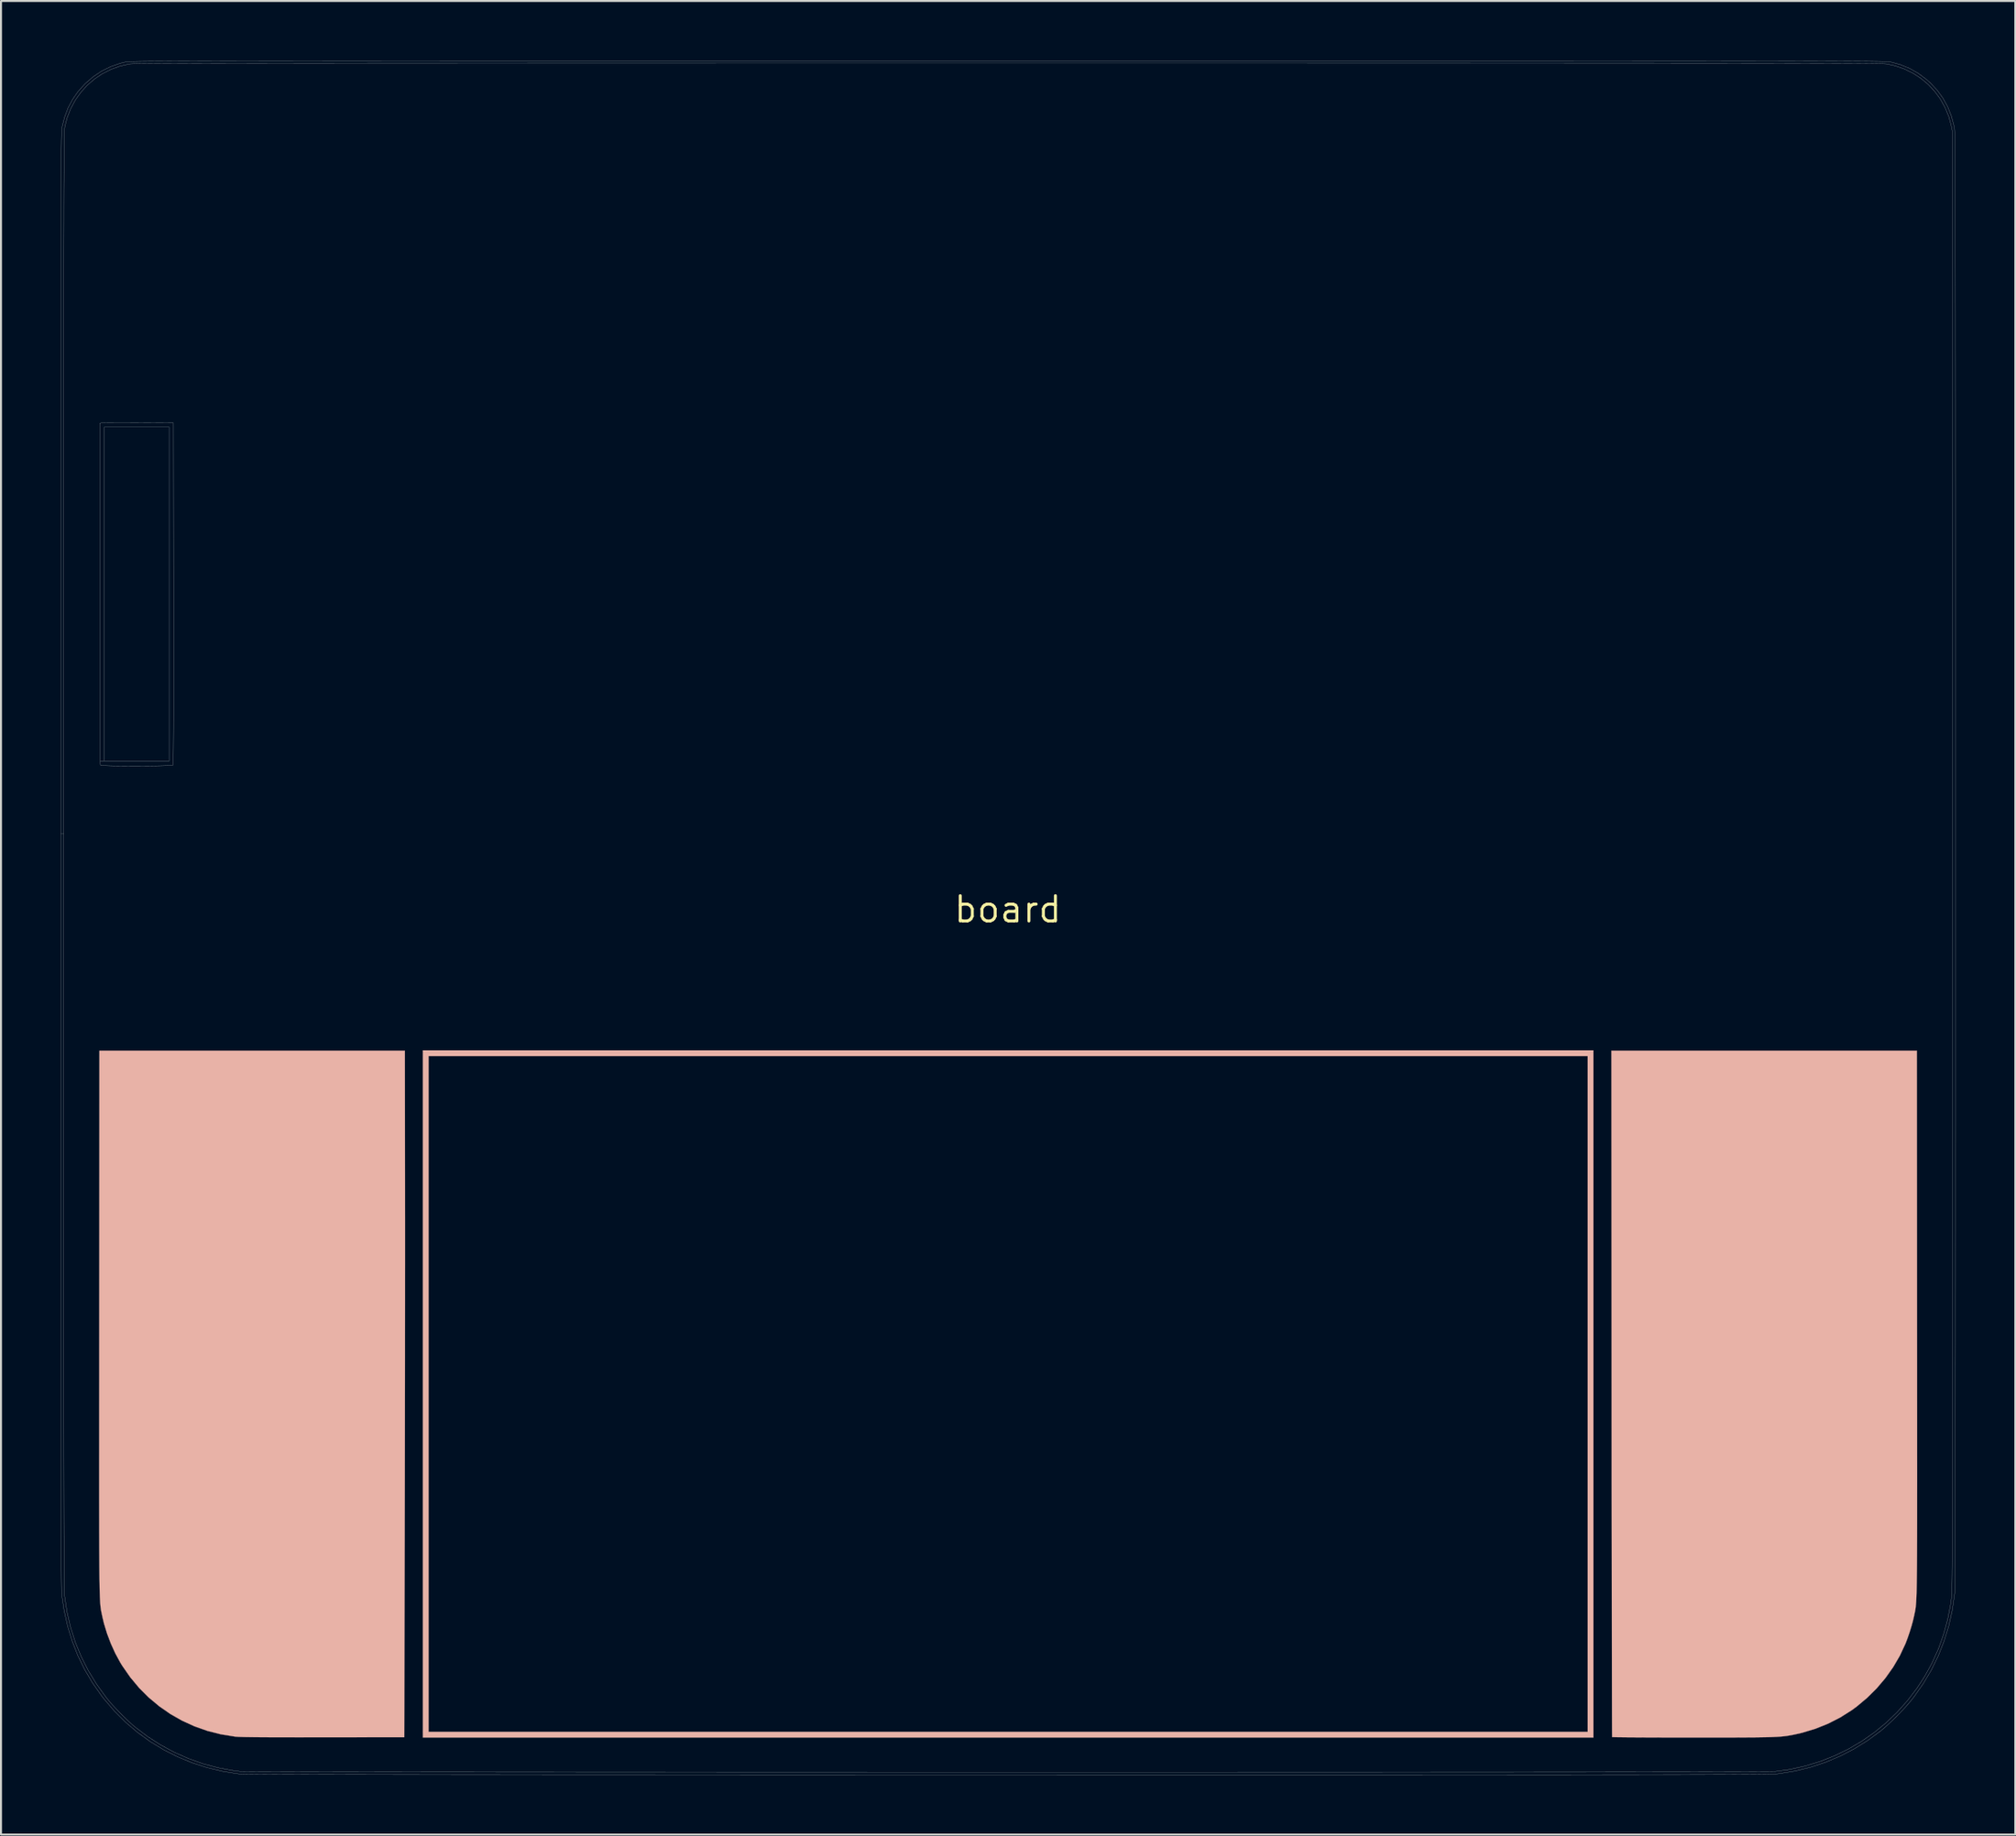
<source format=kicad_pcb>
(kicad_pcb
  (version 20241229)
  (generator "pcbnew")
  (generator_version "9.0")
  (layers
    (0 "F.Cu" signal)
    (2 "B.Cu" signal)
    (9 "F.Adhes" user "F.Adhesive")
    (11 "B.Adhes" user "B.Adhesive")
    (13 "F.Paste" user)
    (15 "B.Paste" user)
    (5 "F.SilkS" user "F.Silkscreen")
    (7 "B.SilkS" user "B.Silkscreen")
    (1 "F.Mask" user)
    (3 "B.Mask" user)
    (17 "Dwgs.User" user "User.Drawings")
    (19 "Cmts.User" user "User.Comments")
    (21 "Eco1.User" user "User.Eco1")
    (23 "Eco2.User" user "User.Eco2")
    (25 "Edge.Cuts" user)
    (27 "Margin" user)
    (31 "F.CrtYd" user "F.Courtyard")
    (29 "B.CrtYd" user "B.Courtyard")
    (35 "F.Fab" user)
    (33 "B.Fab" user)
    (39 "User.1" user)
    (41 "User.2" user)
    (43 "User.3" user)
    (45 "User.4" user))
  (footprint "board"
    (layer "F.Cu")
    (at 47.551 42.629)
    (property "Reference" "board" (at 0 0 0) (layer "F.SilkS") (effects (font (size 1.27 1.27) (thickness 0.15))))
    (attr through_hole)
    (fp_poly (pts (xy 29.401 41.593) (xy -29.369 41.593) (xy -29.369 7.366) (xy -29.083 7.366) (xy -29.083 41.307) (xy 29.115 41.307) (xy 29.115 7.366) (xy -29.083 7.366) (xy -29.369 7.366) (xy -29.369 7.08) (xy 29.401 7.08) (xy 29.401 41.593)) (stroke (width 0.01) (type solid)) (fill yes) (layer "B.SilkS"))
    (fp_poly (pts (xy -30.266 14.145) (xy -30.266 14.783) (xy -30.265 15.479) (xy -30.265 16.229) (xy -30.265 17.027) (xy -30.265 17.867) (xy -30.266 18.746) (xy -30.266 19.657) (xy -30.267 20.595) (xy -30.268 21.556) (xy -30.268 22.533) (xy -30.269 23.523) (xy -30.271 24.52) (xy -30.272 25.518) (xy -30.273 26.512) (xy -30.275 27.498) (xy -30.276 28.47) (xy -30.278 29.423) (xy -30.28 30.352) (xy -30.282 31.252) (xy -30.282 31.385) (xy -30.305 41.577) (xy -34.385 41.581) (xy -35.018 41.581) (xy -35.59 41.582) (xy -36.105 41.581) (xy -36.565 41.581) (xy -36.973 41.58) (xy -37.332 41.578) (xy -37.645 41.576) (xy -37.916 41.573) (xy -38.146 41.57) (xy -38.339 41.567) (xy -38.498 41.562) (xy -38.626 41.558) (xy -38.725 41.552) (xy -38.799 41.546) (xy -38.814 41.544) (xy -39.51 41.431) (xy -40.184 41.26) (xy -40.834 41.031) (xy -41.457 40.747) (xy -42.049 40.41) (xy -42.608 40.021) (xy -43.132 39.583) (xy -43.618 39.097) (xy -44.062 38.564) (xy -44.462 37.988) (xy -44.568 37.814) (xy -44.813 37.362) (xy -45.036 36.871) (xy -45.228 36.363) (xy -45.382 35.858) (xy -45.463 35.512) (xy -45.476 35.449) (xy -45.488 35.391) (xy -45.5 35.336) (xy -45.511 35.283) (xy -45.522 35.229) (xy -45.531 35.173) (xy -45.54 35.113) (xy -45.549 35.047) (xy -45.557 34.973) (xy -45.564 34.89) (xy -45.571 34.795) (xy -45.577 34.688) (xy -45.583 34.565) (xy -45.588 34.425) (xy -45.593 34.267) (xy -45.598 34.088) (xy -45.601 33.887) (xy -45.605 33.661) (xy -45.608 33.41) (xy -45.611 33.13) (xy -45.613 32.821) (xy -45.615 32.481) (xy -45.617 32.107) (xy -45.618 31.698) (xy -45.62 31.251) (xy -45.62 30.766) (xy -45.621 30.241) (xy -45.622 29.673) (xy -45.622 29.06) (xy -45.622 28.401) (xy -45.622 27.695) (xy -45.621 26.938) (xy -45.621 26.13) (xy -45.621 25.268) (xy -45.62 24.351) (xy -45.619 23.377) (xy -45.619 22.343) (xy -45.618 21.249) (xy -45.618 20.733) (xy -45.609 7.096) (xy -30.274 7.096) (xy -30.266 14.145)) (stroke (width 0.01) (type solid)) (fill yes) (layer "B.SilkS"))
    (fp_poly (pts (xy 45.649 20.733) (xy 45.65 21.855) (xy 45.651 22.916) (xy 45.651 23.916) (xy 45.652 24.859) (xy 45.653 25.746) (xy 45.653 26.578) (xy 45.653 27.358) (xy 45.654 28.087) (xy 45.654 28.767) (xy 45.653 29.401) (xy 45.653 29.989) (xy 45.653 30.533) (xy 45.652 31.037) (xy 45.651 31.5) (xy 45.649 31.926) (xy 45.648 32.315) (xy 45.646 32.671) (xy 45.644 32.994) (xy 45.641 33.286) (xy 45.638 33.55) (xy 45.635 33.787) (xy 45.631 33.999) (xy 45.627 34.188) (xy 45.622 34.356) (xy 45.617 34.504) (xy 45.612 34.634) (xy 45.606 34.748) (xy 45.599 34.849) (xy 45.592 34.937) (xy 45.584 35.014) (xy 45.576 35.084) (xy 45.567 35.146) (xy 45.558 35.204) (xy 45.548 35.258) (xy 45.537 35.312) (xy 45.525 35.366) (xy 45.513 35.422) (xy 45.501 35.483) (xy 45.494 35.512) (xy 45.44 35.744) (xy 45.366 36.013) (xy 45.277 36.299) (xy 45.18 36.582) (xy 45.083 36.841) (xy 45.061 36.894) (xy 44.783 37.488) (xy 44.447 38.062) (xy 44.059 38.609) (xy 43.622 39.124) (xy 43.141 39.601) (xy 42.621 40.036) (xy 42.355 40.231) (xy 41.788 40.588) (xy 41.186 40.895) (xy 40.552 41.15) (xy 39.894 41.35) (xy 39.516 41.437) (xy 39.408 41.459) (xy 39.306 41.478) (xy 39.206 41.496) (xy 39.105 41.512) (xy 38.998 41.525) (xy 38.882 41.538) (xy 38.753 41.548) (xy 38.608 41.557) (xy 38.443 41.565) (xy 38.255 41.572) (xy 38.039 41.577) (xy 37.792 41.581) (xy 37.51 41.585) (xy 37.189 41.587) (xy 36.827 41.589) (xy 36.418 41.591) (xy 35.961 41.591) (xy 35.45 41.592) (xy 34.882 41.592) (xy 34.379 41.592) (xy 33.879 41.592) (xy 33.397 41.591) (xy 32.936 41.591) (xy 32.5 41.589) (xy 32.093 41.588) (xy 31.719 41.586) (xy 31.382 41.584) (xy 31.085 41.582) (xy 30.833 41.579) (xy 30.629 41.577) (xy 30.476 41.574) (xy 30.379 41.571) (xy 30.342 41.568) (xy 30.341 41.567) (xy 30.34 41.534) (xy 30.339 41.44) (xy 30.338 41.285) (xy 30.337 41.073) (xy 30.336 40.804) (xy 30.335 40.481) (xy 30.334 40.105) (xy 30.333 39.679) (xy 30.332 39.204) (xy 30.331 38.682) (xy 30.33 38.114) (xy 30.329 37.504) (xy 30.328 36.851) (xy 30.327 36.159) (xy 30.326 35.429) (xy 30.325 34.663) (xy 30.324 33.863) (xy 30.323 33.03) (xy 30.322 32.167) (xy 30.321 31.275) (xy 30.32 30.356) (xy 30.319 29.412) (xy 30.318 28.445) (xy 30.318 27.456) (xy 30.317 26.447) (xy 30.316 25.421) (xy 30.316 24.379) (xy 30.316 24.319) (xy 30.305 7.096) (xy 45.641 7.096) (xy 45.649 20.733)) (stroke (width 0.01) (type solid)) (fill yes) (layer "B.SilkS"))
    (fp_poly (pts (xy -44.213 -24.442) (xy -43.892 -24.441) (xy -43.672 -24.44) (xy -41.894 -24.432) (xy -41.886 -15.862) (xy -41.885 -14.925) (xy -41.885 -14.049) (xy -41.884 -13.234) (xy -41.884 -12.479) (xy -41.884 -11.781) (xy -41.885 -11.139) (xy -41.885 -10.552) (xy -41.886 -10.018) (xy -41.887 -9.536) (xy -41.888 -9.105) (xy -41.89 -8.723) (xy -41.892 -8.389) (xy -41.894 -8.1) (xy -41.896 -7.856) (xy -41.899 -7.656) (xy -41.901 -7.497) (xy -41.905 -7.379) (xy -41.908 -7.3) (xy -41.912 -7.258) (xy -41.914 -7.25) (xy -41.953 -7.241) (xy -42.048 -7.233) (xy -42.193 -7.225) (xy -42.38 -7.219) (xy -42.603 -7.214) (xy -42.854 -7.21) (xy -43.127 -7.206) (xy -43.414 -7.204) (xy -43.71 -7.203) (xy -44.005 -7.203) (xy -44.294 -7.205) (xy -44.57 -7.207) (xy -44.826 -7.21) (xy -45.054 -7.215) (xy -45.248 -7.22) (xy -45.4 -7.227) (xy -45.504 -7.235) (xy -45.553 -7.244) (xy -45.555 -7.245) (xy -45.559 -7.263) (xy -45.563 -7.309) (xy -45.566 -7.384) (xy -45.57 -7.491) (xy -45.573 -7.631) (xy -45.575 -7.806) (xy -45.578 -8.018) (xy -45.58 -8.269) (xy -45.582 -8.56) (xy -45.584 -8.894) (xy -45.586 -9.271) (xy -45.587 -9.694) (xy -45.589 -10.165) (xy -45.59 -10.684) (xy -45.591 -11.255) (xy -45.591 -11.879) (xy -45.592 -12.558) (xy -45.592 -13.292) (xy -45.593 -14.085) (xy -45.593 -14.938) (xy -45.593 -15.849) (xy -45.593 -24.225) (xy -45.371 -24.225) (xy -45.371 -7.461) (xy -42.1 -7.461) (xy -42.1 -24.225) (xy -45.371 -24.225) (xy -45.593 -24.225) (xy -45.593 -24.415) (xy -45.522 -24.432) (xy -45.477 -24.435) (xy -45.375 -24.438) (xy -45.222 -24.44) (xy -45.023 -24.441) (xy -44.785 -24.442) (xy -44.512 -24.442) (xy -44.213 -24.442)) (stroke (width 0.01) (type solid)) (fill no) (layer "Dwgs.User"))
    (fp_poly (pts (xy 2.034 -42.624) (xy 3.99 -42.624) (xy 5.884 -42.624) (xy 7.717 -42.624) (xy 9.491 -42.624) (xy 11.207 -42.624) (xy 12.865 -42.624) (xy 14.466 -42.624) (xy 16.012 -42.624) (xy 17.503 -42.624) (xy 18.94 -42.624) (xy 20.325 -42.624) (xy 21.658 -42.624) (xy 22.941 -42.623) (xy 24.174 -42.623) (xy 25.358 -42.623) (xy 26.495 -42.623) (xy 27.585 -42.623) (xy 28.629 -42.622) (xy 29.628 -42.622) (xy 30.584 -42.622) (xy 31.497 -42.621) (xy 32.368 -42.621) (xy 33.199 -42.62) (xy 33.989 -42.62) (xy 34.741 -42.62) (xy 35.455 -42.619) (xy 36.133 -42.618) (xy 36.774 -42.618) (xy 37.381 -42.617) (xy 37.954 -42.616) (xy 38.494 -42.616) (xy 39.002 -42.615) (xy 39.479 -42.614) (xy 39.927 -42.613) (xy 40.345 -42.612) (xy 40.736 -42.611) (xy 41.099 -42.61) (xy 41.437 -42.609) (xy 41.75 -42.608) (xy 42.039 -42.607) (xy 42.304 -42.606) (xy 42.548 -42.604) (xy 42.771 -42.603) (xy 42.974 -42.602) (xy 43.158 -42.6) (xy 43.324 -42.599) (xy 43.473 -42.597) (xy 43.605 -42.595) (xy 43.723 -42.594) (xy 43.827 -42.592) (xy 43.917 -42.59) (xy 43.996 -42.588) (xy 44.063 -42.586) (xy 44.12 -42.584) (xy 44.168 -42.582) (xy 44.208 -42.579) (xy 44.241 -42.577) (xy 44.268 -42.575) (xy 44.29 -42.572) (xy 44.307 -42.57) (xy 44.321 -42.567) (xy 44.323 -42.567) (xy 44.82 -42.43) (xy 45.283 -42.24) (xy 45.716 -41.994) (xy 46.12 -41.692) (xy 46.341 -41.492) (xy 46.676 -41.13) (xy 46.957 -40.741) (xy 47.186 -40.321) (xy 47.368 -39.864) (xy 47.503 -39.366) (xy 47.52 -39.289) (xy 47.522 -39.274) (xy 47.525 -39.255) (xy 47.528 -39.232) (xy 47.531 -39.204) (xy 47.533 -39.169) (xy 47.536 -39.128) (xy 47.538 -39.077) (xy 47.54 -39.017) (xy 47.542 -38.947) (xy 47.544 -38.864) (xy 47.546 -38.769) (xy 47.548 -38.66) (xy 47.55 -38.536) (xy 47.552 -38.396) (xy 47.554 -38.238) (xy 47.555 -38.063) (xy 47.557 -37.867) (xy 47.558 -37.652) (xy 47.56 -37.415) (xy 47.561 -37.155) (xy 47.562 -36.872) (xy 47.563 -36.563) (xy 47.564 -36.229) (xy 47.565 -35.868) (xy 47.566 -35.479) (xy 47.567 -35.06) (xy 47.568 -34.612) (xy 47.569 -34.132) (xy 47.57 -33.619) (xy 47.571 -33.074) (xy 47.571 -32.493) (xy 47.572 -31.877) (xy 47.573 -31.224) (xy 47.573 -30.533) (xy 47.574 -29.803) (xy 47.574 -29.034) (xy 47.574 -28.223) (xy 47.575 -27.369) (xy 47.575 -26.473) (xy 47.576 -25.532) (xy 47.576 -24.546) (xy 47.576 -23.513) (xy 47.576 -22.432) (xy 47.577 -21.303) (xy 47.577 -20.124) (xy 47.577 -18.894) (xy 47.577 -17.612) (xy 47.577 -16.277) (xy 47.577 -14.887) (xy 47.577 -13.443) (xy 47.577 -11.942) (xy 47.577 -10.383) (xy 47.577 -8.766) (xy 47.577 -7.09) (xy 47.577 -5.353) (xy 47.577 -3.553) (xy 47.577 -2.508) (xy 47.577 -0.627) (xy 47.577 1.191) (xy 47.577 2.948) (xy 47.577 4.644) (xy 47.577 6.281) (xy 47.577 7.859) (xy 47.577 9.379) (xy 47.577 10.843) (xy 47.576 12.252) (xy 47.576 13.606) (xy 47.576 14.906) (xy 47.576 16.154) (xy 47.575 17.35) (xy 47.575 18.495) (xy 47.574 19.591) (xy 47.574 20.638) (xy 47.574 21.638) (xy 47.573 22.591) (xy 47.572 23.498) (xy 47.572 24.36) (xy 47.571 25.179) (xy 47.571 25.955) (xy 47.57 26.69) (xy 47.569 27.384) (xy 47.568 28.038) (xy 47.567 28.653) (xy 47.566 29.231) (xy 47.565 29.771) (xy 47.564 30.277) (xy 47.563 30.747) (xy 47.562 31.183) (xy 47.561 31.587) (xy 47.56 31.959) (xy 47.558 32.3) (xy 47.557 32.612) (xy 47.556 32.894) (xy 47.554 33.149) (xy 47.553 33.377) (xy 47.551 33.579) (xy 47.549 33.756) (xy 47.548 33.909) (xy 47.546 34.04) (xy 47.544 34.148) (xy 47.542 34.236) (xy 47.54 34.304) (xy 47.538 34.352) (xy 47.536 34.383) (xy 47.535 34.385) (xy 47.419 35.196) (xy 47.243 35.985) (xy 47.009 36.75) (xy 46.717 37.49) (xy 46.368 38.203) (xy 45.961 38.89) (xy 45.498 39.548) (xy 45.351 39.735) (xy 45.163 39.959) (xy 44.937 40.207) (xy 44.688 40.465) (xy 44.429 40.721) (xy 44.174 40.96) (xy 43.937 41.168) (xy 43.831 41.256) (xy 43.182 41.735) (xy 42.504 42.158) (xy 41.798 42.524) (xy 41.067 42.833) (xy 40.313 43.083) (xy 39.537 43.274) (xy 38.743 43.404) (xy 38.64 43.417) (xy 38.614 43.419) (xy 38.58 43.421) (xy 38.536 43.424) (xy 38.482 43.426) (xy 38.416 43.428) (xy 38.337 43.43) (xy 38.244 43.432) (xy 38.137 43.434) (xy 38.014 43.436) (xy 37.873 43.437) (xy 37.715 43.439) (xy 37.537 43.441) (xy 37.34 43.442) (xy 37.121 43.444) (xy 36.881 43.445) (xy 36.617 43.446) (xy 36.328 43.448) (xy 36.015 43.449) (xy 35.675 43.45) (xy 35.307 43.451) (xy 34.912 43.452) (xy 34.486 43.453) (xy 34.03 43.454) (xy 33.543 43.455) (xy 33.023 43.456) (xy 32.469 43.457) (xy 31.881 43.457) (xy 31.257 43.458) (xy 30.596 43.459) (xy 29.897 43.459) (xy 29.159 43.46) (xy 28.381 43.46) (xy 27.563 43.461) (xy 26.702 43.461) (xy 25.798 43.461) (xy 24.85 43.462) (xy 23.857 43.462) (xy 22.818 43.462) (xy 21.731 43.462) (xy 20.596 43.463) (xy 19.412 43.463) (xy 18.177 43.463) (xy 16.891 43.463) (xy 15.552 43.463) (xy 14.16 43.463) (xy 12.713 43.463) (xy 11.211 43.463) (xy 9.652 43.463) (xy 8.035 43.463) (xy 6.359 43.463) (xy 4.624 43.463) (xy 2.828 43.463) (xy 0.969 43.462) (xy -0.032 43.462) (xy -1.944 43.462) (xy -3.794 43.462) (xy -5.583 43.462) (xy -7.311 43.462) (xy -8.979 43.461) (xy -10.589 43.461) (xy -12.141 43.461) (xy -13.637 43.46) (xy -15.078 43.46) (xy -16.463 43.46) (xy -17.796 43.459) (xy -19.075 43.459) (xy -20.304 43.459) (xy -21.482 43.458) (xy -22.61 43.458) (xy -23.689 43.457) (xy -24.722 43.457) (xy -25.707 43.456) (xy -26.647 43.456) (xy -27.543 43.455) (xy -28.395 43.454) (xy -29.204 43.454) (xy -29.972 43.453) (xy -30.699 43.452) (xy -31.387 43.451) (xy -32.036 43.451) (xy -32.648 43.45) (xy -33.223 43.449) (xy -33.762 43.448) (xy -34.267 43.447) (xy -34.739 43.446) (xy -35.177 43.445) (xy -35.585 43.443) (xy -35.961 43.442) (xy -36.308 43.441) (xy -36.627 43.44) (xy -36.918 43.438) (xy -37.182 43.437) (xy -37.421 43.435) (xy -37.635 43.434) (xy -37.825 43.432) (xy -37.993 43.43) (xy -38.14 43.429) (xy -38.265 43.427) (xy -38.371 43.425) (xy -38.459 43.423) (xy -38.529 43.421) (xy -38.582 43.419) (xy -38.62 43.417) (xy -38.64 43.415) (xy -39.436 43.289) (xy -40.211 43.103) (xy -40.964 42.859) (xy -41.691 42.559) (xy -42.39 42.205) (xy -43.059 41.797) (xy -43.694 41.338) (xy -44.293 40.828) (xy -44.854 40.269) (xy -45.373 39.663) (xy -45.526 39.465) (xy -45.973 38.823) (xy -46.364 38.156) (xy -46.7 37.464) (xy -46.981 36.743) (xy -47.208 35.991) (xy -47.383 35.206) (xy -47.505 34.401) (xy -47.507 34.373) (xy -47.509 34.326) (xy -47.511 34.259) (xy -47.513 34.17) (xy -47.514 34.058) (xy -47.516 33.924) (xy -47.518 33.765) (xy -47.52 33.581) (xy -47.521 33.37) (xy -47.523 33.133) (xy -47.524 32.867) (xy -47.526 32.572) (xy -47.527 32.247) (xy -47.528 31.891) (xy -47.529 31.503) (xy -47.531 31.082) (xy -47.532 30.627) (xy -47.533 30.137) (xy -47.534 29.611) (xy -47.535 29.048) (xy -47.536 28.447) (xy -47.537 27.807) (xy -47.537 27.128) (xy -47.538 26.408) (xy -47.539 25.646) (xy -47.54 24.841) (xy -47.54 23.993) (xy -47.541 23.099) (xy -47.541 22.161) (xy -47.542 21.175) (xy -47.542 20.142) (xy -47.543 19.061) (xy -47.543 17.93) (xy -47.544 16.748) (xy -47.544 15.515) (xy -47.544 14.23) (xy -47.545 12.891) (xy -47.545 11.498) (xy -47.545 10.049) (xy -47.545 8.544) (xy -47.545 6.982) (xy -47.545 5.362) (xy -47.545 3.682) (xy -47.546 1.942) (xy -47.546 0.141) (xy -47.546 -1.722) (xy -47.546 -2.477) (xy -47.546 -4.312) (xy -47.546 -5.591) (xy -47.403 -5.591) (xy -47.403 -3.801) (xy -47.403 -2.472) (xy -47.403 -0.624) (xy -47.403 1.161) (xy -47.403 2.884) (xy -47.403 4.547) (xy -47.403 6.151) (xy -47.402 7.697) (xy -47.402 9.186) (xy -47.402 10.619) (xy -47.402 11.997) (xy -47.402 13.321) (xy -47.402 14.592) (xy -47.402 15.812) (xy -47.401 16.981) (xy -47.401 18.1) (xy -47.401 19.171) (xy -47.4 20.194) (xy -47.4 21.171) (xy -47.4 22.103) (xy -47.399 22.991) (xy -47.399 23.835) (xy -47.398 24.638) (xy -47.398 25.399) (xy -47.397 26.121) (xy -47.396 26.803) (xy -47.396 27.448) (xy -47.395 28.056) (xy -47.394 28.629) (xy -47.393 29.167) (xy -47.392 29.672) (xy -47.391 30.144) (xy -47.39 30.584) (xy -47.389 30.995) (xy -47.388 31.376) (xy -47.387 31.729) (xy -47.386 32.056) (xy -47.385 32.356) (xy -47.383 32.631) (xy -47.382 32.882) (xy -47.38 33.111) (xy -47.379 33.318) (xy -47.377 33.504) (xy -47.375 33.671) (xy -47.374 33.819) (xy -47.372 33.95) (xy -47.37 34.065) (xy -47.368 34.164) (xy -47.366 34.249) (xy -47.364 34.321) (xy -47.362 34.381) (xy -47.359 34.43) (xy -47.357 34.469) (xy -47.355 34.499) (xy -47.353 34.512) (xy -47.231 35.307) (xy -47.051 36.077) (xy -46.813 36.821) (xy -46.516 37.543) (xy -46.161 38.242) (xy -45.745 38.92) (xy -45.269 39.579) (xy -45.183 39.687) (xy -45.034 39.865) (xy -44.848 40.07) (xy -44.639 40.29) (xy -44.42 40.512) (xy -44.203 40.723) (xy -44 40.91) (xy -43.847 41.042) (xy -43.214 41.526) (xy -42.549 41.956) (xy -41.855 42.331) (xy -41.136 42.65) (xy -40.396 42.912) (xy -39.638 43.114) (xy -38.865 43.256) (xy -38.481 43.303) (xy -38.435 43.304) (xy -38.328 43.306) (xy -38.16 43.307) (xy -37.932 43.308) (xy -37.648 43.31) (xy -37.307 43.311) (xy -36.912 43.312) (xy -36.464 43.313) (xy -35.964 43.314) (xy -35.415 43.316) (xy -34.816 43.317) (xy -34.171 43.318) (xy -33.481 43.319) (xy -32.746 43.32) (xy -31.969 43.321) (xy -31.151 43.322) (xy -30.294 43.323) (xy -29.398 43.324) (xy -28.466 43.324) (xy -27.499 43.325) (xy -26.499 43.326) (xy -25.467 43.327) (xy -24.404 43.328) (xy -23.312 43.328) (xy -22.193 43.329) (xy -21.047 43.33) (xy -19.878 43.33) (xy -18.685 43.331) (xy -17.471 43.331) (xy -16.237 43.332) (xy -14.984 43.332) (xy -13.715 43.333) (xy -12.43 43.333) (xy -11.131 43.333) (xy -9.819 43.334) (xy -8.497 43.334) (xy -7.165 43.334) (xy -5.825 43.335) (xy -4.479 43.335) (xy -3.128 43.335) (xy -1.773 43.335) (xy -0.417 43.335) (xy 0.94 43.335) (xy 2.296 43.335) (xy 3.649 43.335) (xy 4.999 43.335) (xy 6.343 43.335) (xy 7.679 43.335) (xy 9.007 43.335) (xy 10.326 43.335) (xy 11.632 43.334) (xy 12.926 43.334) (xy 14.204 43.334) (xy 15.467 43.333) (xy 16.713 43.333) (xy 17.939 43.333) (xy 19.144 43.332) (xy 20.328 43.332) (xy 21.488 43.331) (xy 22.623 43.331) (xy 23.731 43.33) (xy 24.811 43.33) (xy 25.862 43.329) (xy 26.882 43.328) (xy 27.869 43.328) (xy 28.822 43.327) (xy 29.739 43.326) (xy 30.619 43.325) (xy 31.461 43.324) (xy 32.262 43.323) (xy 33.022 43.322) (xy 33.739 43.322) (xy 34.412 43.321) (xy 35.038 43.319) (xy 35.616 43.318) (xy 36.146 43.317) (xy 36.625 43.316) (xy 37.052 43.315) (xy 37.425 43.314) (xy 37.743 43.312) (xy 38.004 43.311) (xy 38.208 43.31) (xy 38.352 43.308) (xy 38.434 43.307) (xy 38.454 43.306) (xy 39.244 43.197) (xy 40.015 43.028) (xy 40.765 42.801) (xy 41.49 42.517) (xy 42.188 42.179) (xy 42.856 41.789) (xy 43.491 41.347) (xy 44.092 40.855) (xy 44.654 40.316) (xy 45.176 39.731) (xy 45.655 39.101) (xy 46.038 38.513) (xy 46.407 37.84) (xy 46.724 37.134) (xy 46.985 36.4) (xy 47.19 35.643) (xy 47.338 34.867) (xy 47.385 34.512) (xy 47.387 34.486) (xy 47.39 34.452) (xy 47.392 34.409) (xy 47.394 34.355) (xy 47.397 34.29) (xy 47.399 34.212) (xy 47.401 34.121) (xy 47.403 34.015) (xy 47.404 33.893) (xy 47.406 33.755) (xy 47.408 33.599) (xy 47.41 33.423) (xy 47.411 33.228) (xy 47.413 33.011) (xy 47.414 32.773) (xy 47.416 32.511) (xy 47.417 32.224) (xy 47.418 31.913) (xy 47.419 31.575) (xy 47.42 31.209) (xy 47.422 30.815) (xy 47.423 30.391) (xy 47.424 29.936) (xy 47.424 29.45) (xy 47.425 28.93) (xy 47.426 28.377) (xy 47.427 27.788) (xy 47.428 27.164) (xy 47.428 26.502) (xy 47.429 25.802) (xy 47.43 25.063) (xy 47.43 24.283) (xy 47.431 23.462) (xy 47.431 22.599) (xy 47.431 21.691) (xy 47.432 20.739) (xy 47.432 19.742) (xy 47.433 18.697) (xy 47.433 17.605) (xy 47.433 16.463) (xy 47.433 15.272) (xy 47.434 14.029) (xy 47.434 12.734) (xy 47.434 11.386) (xy 47.434 9.984) (xy 47.434 8.526) (xy 47.434 7.012) (xy 47.434 5.44) (xy 47.434 3.81) (xy 47.434 2.12) (xy 47.434 0.369) (xy 47.434 -1.444) (xy 47.434 -2.472) (xy 47.434 -39.027) (xy 47.37 -39.343) (xy 47.241 -39.824) (xy 47.056 -40.277) (xy 46.821 -40.699) (xy 46.538 -41.087) (xy 46.212 -41.435) (xy 45.845 -41.742) (xy 45.443 -42.003) (xy 45.008 -42.215) (xy 44.545 -42.374) (xy 44.122 -42.466) (xy 44.103 -42.468) (xy 44.075 -42.47) (xy 44.034 -42.472) (xy 43.982 -42.474) (xy 43.916 -42.476) (xy 43.835 -42.478) (xy 43.74 -42.48) (xy 43.629 -42.481) (xy 43.5 -42.483) (xy 43.353 -42.485) (xy 43.187 -42.486) (xy 43.002 -42.488) (xy 42.795 -42.489) (xy 42.566 -42.491) (xy 42.315 -42.492) (xy 42.039 -42.493) (xy 41.739 -42.495) (xy 41.413 -42.496) (xy 41.06 -42.497) (xy 40.679 -42.498) (xy 40.27 -42.499) (xy 39.831 -42.5) (xy 39.362 -42.501) (xy 38.861 -42.502) (xy 38.327 -42.503) (xy 37.76 -42.503) (xy 37.159 -42.504) (xy 36.522 -42.505) (xy 35.848 -42.506) (xy 35.138 -42.506) (xy 34.389 -42.507) (xy 33.601 -42.507) (xy 32.772 -42.508) (xy 31.903 -42.509) (xy 30.991 -42.509) (xy 30.036 -42.509) (xy 29.037 -42.51) (xy 27.993 -42.51) (xy 26.904 -42.511) (xy 25.767 -42.511) (xy 24.582 -42.511) (xy 23.348 -42.511) (xy 22.065 -42.512) (xy 20.73 -42.512) (xy 19.344 -42.512) (xy 17.905 -42.512) (xy 16.413 -42.512) (xy 14.866 -42.513) (xy 13.263 -42.513) (xy 11.603 -42.513) (xy 9.886 -42.513) (xy 8.111 -42.513) (xy 6.276 -42.513) (xy 4.381 -42.513) (xy 2.424 -42.513) (xy 0.405 -42.513) (xy 0.016 -42.513) (xy -2.01 -42.513) (xy -3.973 -42.513) (xy -5.875 -42.513) (xy -7.716 -42.513) (xy -9.498 -42.513) (xy -11.221 -42.513) (xy -12.886 -42.513) (xy -14.495 -42.513) (xy -16.048 -42.512) (xy -17.546 -42.512) (xy -18.99 -42.512) (xy -20.381 -42.512) (xy -21.721 -42.512) (xy -23.01 -42.512) (xy -24.249 -42.511) (xy -25.439 -42.511) (xy -26.581 -42.511) (xy -27.676 -42.51) (xy -28.725 -42.51) (xy -29.729 -42.51) (xy -30.689 -42.509) (xy -31.606 -42.509) (xy -32.48 -42.508) (xy -33.314 -42.508) (xy -34.107 -42.507) (xy -34.861 -42.507) (xy -35.577 -42.506) (xy -36.256 -42.505) (xy -36.899 -42.505) (xy -37.506 -42.504) (xy -38.078 -42.503) (xy -38.618 -42.502) (xy -39.125 -42.502) (xy -39.6 -42.501) (xy -40.045 -42.5) (xy -40.461 -42.499) (xy -40.848 -42.498) (xy -41.207 -42.496) (xy -41.54 -42.495) (xy -41.847 -42.494) (xy -42.13 -42.493) (xy -42.389 -42.492) (xy -42.625 -42.49) (xy -42.84 -42.489) (xy -43.034 -42.487) (xy -43.208 -42.486) (xy -43.363 -42.484) (xy -43.501 -42.483) (xy -43.621 -42.481) (xy -43.726 -42.479) (xy -43.816 -42.477) (xy -43.892 -42.475) (xy -43.955 -42.473) (xy -44.006 -42.471) (xy -44.046 -42.469) (xy -44.075 -42.467) (xy -44.096 -42.465) (xy -44.101 -42.464) (xy -44.582 -42.355) (xy -45.038 -42.189) (xy -45.467 -41.971) (xy -45.863 -41.704) (xy -46.223 -41.392) (xy -46.544 -41.038) (xy -46.82 -40.647) (xy -47.05 -40.222) (xy -47.227 -39.767) (xy -47.339 -39.341) (xy -47.342 -39.325) (xy -47.345 -39.308) (xy -47.348 -39.29) (xy -47.351 -39.269) (xy -47.354 -39.244) (xy -47.356 -39.214) (xy -47.359 -39.178) (xy -47.361 -39.135) (xy -47.364 -39.084) (xy -47.366 -39.023) (xy -47.368 -38.952) (xy -47.37 -38.87) (xy -47.373 -38.775) (xy -47.374 -38.666) (xy -47.376 -38.543) (xy -47.378 -38.403) (xy -47.38 -38.247) (xy -47.381 -38.073) (xy -47.383 -37.879) (xy -47.384 -37.666) (xy -47.386 -37.431) (xy -47.387 -37.173) (xy -47.388 -36.892) (xy -47.389 -36.587) (xy -47.391 -36.256) (xy -47.392 -35.898) (xy -47.393 -35.512) (xy -47.394 -35.098) (xy -47.394 -34.653) (xy -47.395 -34.177) (xy -47.396 -33.669) (xy -47.397 -33.128) (xy -47.397 -32.553) (xy -47.398 -31.942) (xy -47.399 -31.294) (xy -47.399 -30.609) (xy -47.399 -29.885) (xy -47.4 -29.121) (xy -47.4 -28.316) (xy -47.401 -27.469) (xy -47.401 -26.579) (xy -47.401 -25.645) (xy -47.401 -24.666) (xy -47.402 -23.64) (xy -47.402 -22.567) (xy -47.402 -21.445) (xy -47.402 -20.274) (xy -47.402 -19.052) (xy -47.402 -17.778) (xy -47.403 -16.451) (xy -47.403 -15.07) (xy -47.403 -13.635) (xy -47.403 -12.142) (xy -47.403 -10.593) (xy -47.403 -8.985) (xy -47.403 -7.318) (xy -47.403 -5.591) (xy -47.546 -5.591) (xy -47.546 -6.085) (xy -47.546 -7.796) (xy -47.546 -9.448) (xy -47.546 -11.04) (xy -47.545 -12.574) (xy -47.545 -14.051) (xy -47.545 -15.472) (xy -47.545 -16.839) (xy -47.545 -18.151) (xy -47.545 -19.412) (xy -47.545 -20.62) (xy -47.545 -21.778) (xy -47.544 -22.887) (xy -47.544 -23.948) (xy -47.544 -24.961) (xy -47.544 -25.928) (xy -47.543 -26.85) (xy -47.543 -27.728) (xy -47.543 -28.564) (xy -47.542 -29.357) (xy -47.542 -30.11) (xy -47.541 -30.824) (xy -47.541 -31.499) (xy -47.54 -32.136) (xy -47.539 -32.738) (xy -47.539 -33.304) (xy -47.538 -33.835) (xy -47.537 -34.334) (xy -47.536 -34.801) (xy -47.535 -35.237) (xy -47.534 -35.643) (xy -47.533 -36.021) (xy -47.532 -36.37) (xy -47.531 -36.694) (xy -47.53 -36.991) (xy -47.529 -37.265) (xy -47.527 -37.515) (xy -47.526 -37.743) (xy -47.524 -37.95) (xy -47.523 -38.137) (xy -47.521 -38.305) (xy -47.519 -38.455) (xy -47.518 -38.589) (xy -47.516 -38.707) (xy -47.514 -38.81) (xy -47.512 -38.9) (xy -47.51 -38.977) (xy -47.507 -39.043) (xy -47.505 -39.099) (xy -47.503 -39.146) (xy -47.5 -39.184) (xy -47.498 -39.216) (xy -47.495 -39.242) (xy -47.492 -39.263) (xy -47.489 -39.281) (xy -47.488 -39.289) (xy -47.359 -39.794) (xy -47.184 -40.256) (xy -46.962 -40.681) (xy -46.689 -41.074) (xy -46.362 -41.44) (xy -46.31 -41.492) (xy -45.92 -41.827) (xy -45.504 -42.105) (xy -45.059 -42.327) (xy -44.582 -42.494) (xy -44.291 -42.567) (xy -44.277 -42.569) (xy -44.261 -42.572) (xy -44.24 -42.574) (xy -44.214 -42.577) (xy -44.182 -42.579) (xy -44.143 -42.581) (xy -44.097 -42.583) (xy -44.041 -42.586) (xy -43.975 -42.588) (xy -43.898 -42.59) (xy -43.81 -42.591) (xy -43.708 -42.593) (xy -43.592 -42.595) (xy -43.462 -42.597) (xy -43.316 -42.598) (xy -43.153 -42.6) (xy -42.972 -42.601) (xy -42.772 -42.603) (xy -42.552 -42.604) (xy -42.311 -42.605) (xy -42.049 -42.607) (xy -41.764 -42.608) (xy -41.455 -42.609) (xy -41.121 -42.61) (xy -40.761 -42.611) (xy -40.375 -42.612) (xy -39.961 -42.613) (xy -39.518 -42.614) (xy -39.045 -42.615) (xy -38.542 -42.616) (xy -38.007 -42.616) (xy -37.439 -42.617) (xy -36.838 -42.618) (xy -36.201 -42.618) (xy -35.53 -42.619) (xy -34.821 -42.619) (xy -34.075 -42.62) (xy -33.29 -42.62) (xy -32.466 -42.621) (xy -31.601 -42.621) (xy -30.694 -42.622) (xy -29.745 -42.622) (xy -28.753 -42.622) (xy -27.715 -42.623) (xy -26.633 -42.623) (xy -25.503 -42.623) (xy -24.326 -42.623) (xy -23.101 -42.623) (xy -21.826 -42.624) (xy -20.5 -42.624) (xy -19.124 -42.624) (xy -17.694 -42.624) (xy -16.211 -42.624) (xy -14.674 -42.624) (xy -13.081 -42.624) (xy -11.432 -42.624) (xy -9.725 -42.624) (xy -7.96 -42.624) (xy -6.136 -42.624) (xy -4.251 -42.624) (xy -2.305 -42.624) (xy -0.297 -42.624) (xy 0.016 -42.624) (xy 2.034 -42.624)) (stroke (width 0.01) (type solid)) (fill no) (layer "Dwgs.User")))
  (gr_rect
    (start -3 -3)
    (end 98.133 89.097)
    (stroke (width 0.1) (type default))
    (fill no)
    (layer "Edge.Cuts")))
</source>
